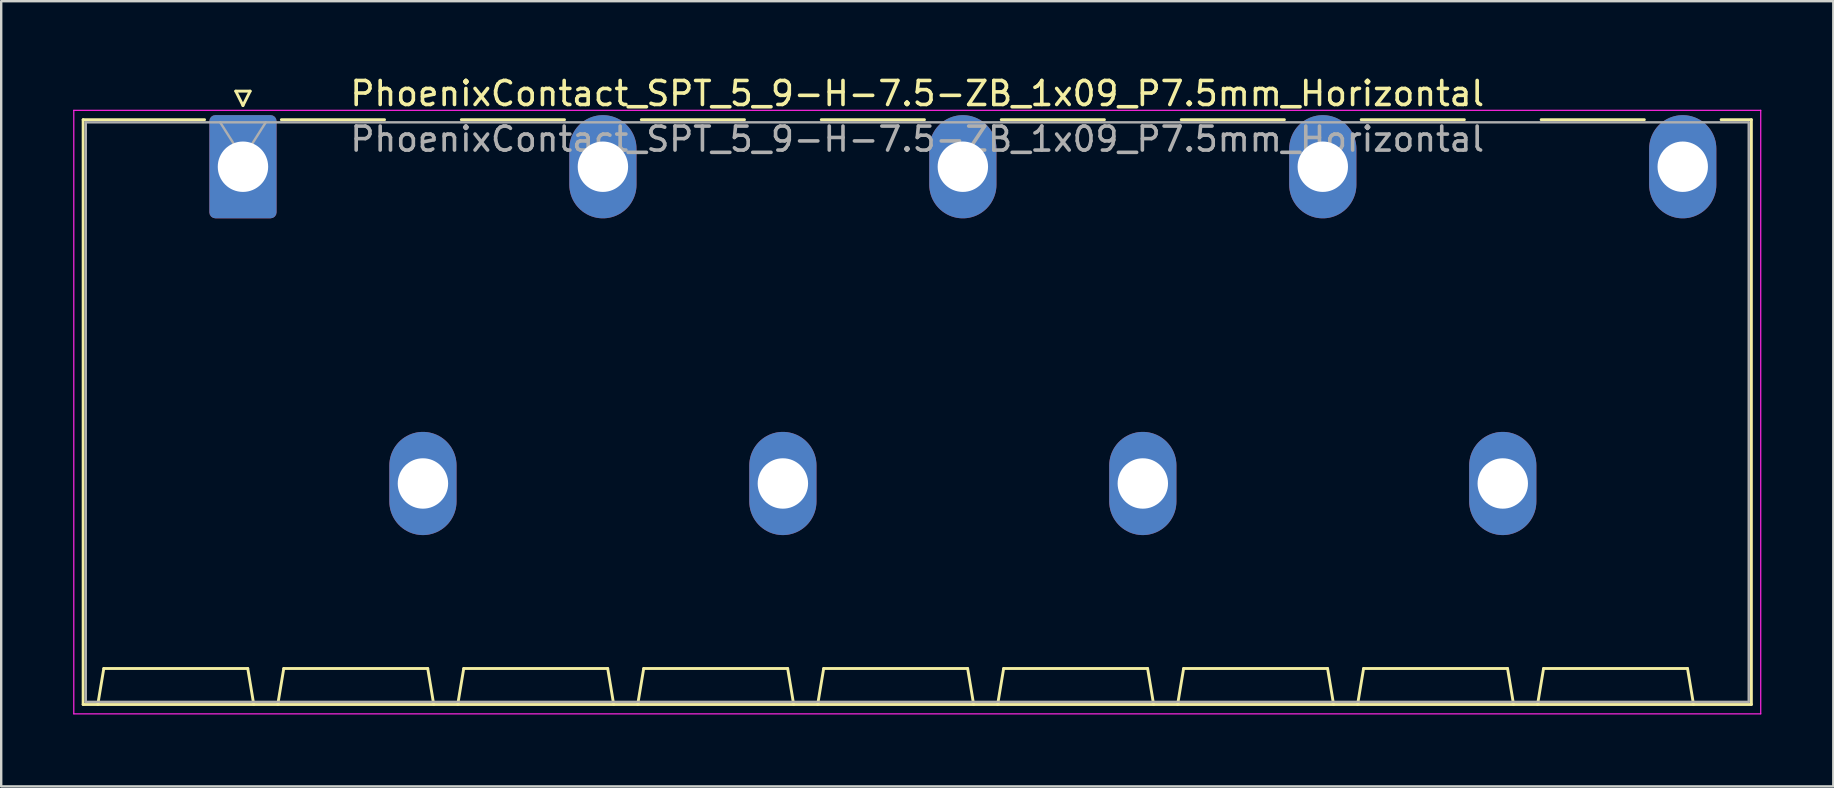
<source format=kicad_pcb>
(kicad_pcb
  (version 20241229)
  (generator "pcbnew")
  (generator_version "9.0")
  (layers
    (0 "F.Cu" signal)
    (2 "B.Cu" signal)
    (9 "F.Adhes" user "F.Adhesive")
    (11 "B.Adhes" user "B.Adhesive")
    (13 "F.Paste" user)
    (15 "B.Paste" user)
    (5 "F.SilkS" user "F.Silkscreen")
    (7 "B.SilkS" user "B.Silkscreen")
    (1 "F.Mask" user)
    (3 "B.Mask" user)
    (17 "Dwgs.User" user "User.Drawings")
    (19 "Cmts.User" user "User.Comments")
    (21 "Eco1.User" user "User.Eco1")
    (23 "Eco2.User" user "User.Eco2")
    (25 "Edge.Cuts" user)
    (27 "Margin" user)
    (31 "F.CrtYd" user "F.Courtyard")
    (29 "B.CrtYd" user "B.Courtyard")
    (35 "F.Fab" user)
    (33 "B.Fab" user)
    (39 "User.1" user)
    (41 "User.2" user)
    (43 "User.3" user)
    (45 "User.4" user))
  (footprint "PhoenixContact_SPT_5_9-H-7.5-ZB_1x09_P7.5mm_Horizontal"
    (layer "F.Cu")
    (at 7.075 3.898)
    (property "Reference" "PhoenixContact_SPT_5_9-H-7.5-ZB_1x09_P7.5mm_Horizontal" (at 28.1 -3.05 0) (layer "F.SilkS") (effects (font (size 1 1) (thickness 0.15))))
    (attr through_hole)
    (fp_line (start -6.66 -1.96) (end -1.6 -1.96) (stroke (width 0.12) (type solid)) (layer "F.SilkS"))
    (fp_line (start -6.66 22.41) (end -6.66 -1.96) (stroke (width 0.12) (type solid)) (layer "F.SilkS"))
    (fp_line (start -6.05 22.41) (end -5.8 20.91) (stroke (width 0.12) (type solid)) (layer "F.SilkS"))
    (fp_line (start -5.8 20.91) (end 0.2 20.91) (stroke (width 0.12) (type solid)) (layer "F.SilkS"))
    (fp_line (start -0.3 -3.15) (end 0 -2.55) (stroke (width 0.12) (type solid)) (layer "F.SilkS"))
    (fp_line (start -0.3 -3.15) (end 0.3 -3.15) (stroke (width 0.12) (type solid)) (layer "F.SilkS"))
    (fp_line (start 0.3 -3.15) (end 0 -2.55) (stroke (width 0.12) (type solid)) (layer "F.SilkS"))
    (fp_line (start 0.45 22.41) (end 0.2 20.91) (stroke (width 0.12) (type solid)) (layer "F.SilkS"))
    (fp_line (start 1.45 22.41) (end 1.7 20.91) (stroke (width 0.12) (type solid)) (layer "F.SilkS"))
    (fp_line (start 1.6 -1.96) (end 5.9 -1.96) (stroke (width 0.12) (type solid)) (layer "F.SilkS"))
    (fp_line (start 1.7 20.91) (end 7.7 20.91) (stroke (width 0.12) (type solid)) (layer "F.SilkS"))
    (fp_line (start 7.95 22.41) (end 7.7 20.91) (stroke (width 0.12) (type solid)) (layer "F.SilkS"))
    (fp_line (start 8.95 22.41) (end 9.2 20.91) (stroke (width 0.12) (type solid)) (layer "F.SilkS"))
    (fp_line (start 9.1 -1.96) (end 13.4 -1.96) (stroke (width 0.12) (type solid)) (layer "F.SilkS"))
    (fp_line (start 9.2 20.91) (end 15.2 20.91) (stroke (width 0.12) (type solid)) (layer "F.SilkS"))
    (fp_line (start 15.45 22.41) (end 15.2 20.91) (stroke (width 0.12) (type solid)) (layer "F.SilkS"))
    (fp_line (start 16.45 22.41) (end 16.7 20.91) (stroke (width 0.12) (type solid)) (layer "F.SilkS"))
    (fp_line (start 16.6 -1.96) (end 20.9 -1.96) (stroke (width 0.12) (type solid)) (layer "F.SilkS"))
    (fp_line (start 16.7 20.91) (end 22.7 20.91) (stroke (width 0.12) (type solid)) (layer "F.SilkS"))
    (fp_line (start 22.95 22.41) (end 22.7 20.91) (stroke (width 0.12) (type solid)) (layer "F.SilkS"))
    (fp_line (start 23.95 22.41) (end 24.2 20.91) (stroke (width 0.12) (type solid)) (layer "F.SilkS"))
    (fp_line (start 24.1 -1.96) (end 28.4 -1.96) (stroke (width 0.12) (type solid)) (layer "F.SilkS"))
    (fp_line (start 24.2 20.91) (end 30.2 20.91) (stroke (width 0.12) (type solid)) (layer "F.SilkS"))
    (fp_line (start 30.45 22.41) (end 30.2 20.91) (stroke (width 0.12) (type solid)) (layer "F.SilkS"))
    (fp_line (start 31.45 22.41) (end 31.7 20.91) (stroke (width 0.12) (type solid)) (layer "F.SilkS"))
    (fp_line (start 31.6 -1.96) (end 35.9 -1.96) (stroke (width 0.12) (type solid)) (layer "F.SilkS"))
    (fp_line (start 31.7 20.91) (end 37.7 20.91) (stroke (width 0.12) (type solid)) (layer "F.SilkS"))
    (fp_line (start 37.95 22.41) (end 37.7 20.91) (stroke (width 0.12) (type solid)) (layer "F.SilkS"))
    (fp_line (start 38.95 22.41) (end 39.2 20.91) (stroke (width 0.12) (type solid)) (layer "F.SilkS"))
    (fp_line (start 39.1 -1.96) (end 43.4 -1.96) (stroke (width 0.12) (type solid)) (layer "F.SilkS"))
    (fp_line (start 39.2 20.91) (end 45.2 20.91) (stroke (width 0.12) (type solid)) (layer "F.SilkS"))
    (fp_line (start 45.45 22.41) (end 45.2 20.91) (stroke (width 0.12) (type solid)) (layer "F.SilkS"))
    (fp_line (start 46.45 22.41) (end 46.7 20.91) (stroke (width 0.12) (type solid)) (layer "F.SilkS"))
    (fp_line (start 46.6 -1.96) (end 50.9 -1.96) (stroke (width 0.12) (type solid)) (layer "F.SilkS"))
    (fp_line (start 46.7 20.91) (end 52.7 20.91) (stroke (width 0.12) (type solid)) (layer "F.SilkS"))
    (fp_line (start 52.95 22.41) (end 52.7 20.91) (stroke (width 0.12) (type solid)) (layer "F.SilkS"))
    (fp_line (start 53.95 22.41) (end 54.2 20.91) (stroke (width 0.12) (type solid)) (layer "F.SilkS"))
    (fp_line (start 54.1 -1.96) (end 58.4 -1.96) (stroke (width 0.12) (type solid)) (layer "F.SilkS"))
    (fp_line (start 54.2 20.91) (end 60.2 20.91) (stroke (width 0.12) (type solid)) (layer "F.SilkS"))
    (fp_line (start 60.45 22.41) (end 60.2 20.91) (stroke (width 0.12) (type solid)) (layer "F.SilkS"))
    (fp_line (start 61.6 -1.96) (end 62.86 -1.96) (stroke (width 0.12) (type solid)) (layer "F.SilkS"))
    (fp_line (start 62.86 -1.96) (end 62.86 22.41) (stroke (width 0.12) (type solid)) (layer "F.SilkS"))
    (fp_line (start 62.86 22.41) (end -6.66 22.41) (stroke (width 0.12) (type solid)) (layer "F.SilkS"))
    (fp_line (start -7.05 -2.35) (end -7.05 22.8) (stroke (width 0.05) (type solid)) (layer "F.CrtYd"))
    (fp_line (start -7.05 22.8) (end 63.25 22.8) (stroke (width 0.05) (type solid)) (layer "F.CrtYd"))
    (fp_line (start 63.25 -2.35) (end -7.05 -2.35) (stroke (width 0.05) (type solid)) (layer "F.CrtYd"))
    (fp_line (start 63.25 22.8) (end 63.25 -2.35) (stroke (width 0.05) (type solid)) (layer "F.CrtYd"))
    (fp_line (start -6.55 -1.85) (end -6.55 22.3) (stroke (width 0.1) (type solid)) (layer "F.Fab"))
    (fp_line (start -6.55 22.3) (end 62.75 22.3) (stroke (width 0.1) (type solid)) (layer "F.Fab"))
    (fp_line (start -0.95 -1.85) (end 0 -0.35) (stroke (width 0.1) (type solid)) (layer "F.Fab"))
    (fp_line (start 0.95 -1.85) (end 0 -0.35) (stroke (width 0.1) (type solid)) (layer "F.Fab"))
    (fp_line (start 62.75 -1.85) (end -6.55 -1.85) (stroke (width 0.1) (type solid)) (layer "F.Fab"))
    (fp_line (start 62.75 22.3) (end 62.75 -1.85) (stroke (width 0.1) (type solid)) (layer "F.Fab"))
    (fp_text user "${REFERENCE}" (at 28.1 -1.15 0) (layer "F.Fab") (effects (font (size 1 1) (thickness 0.15))))
    (pad "1" thru_hole roundrect (at 0 0) (size 2.8 4.3) (drill 2.1) (layers "*.Cu" "*.Mask") (roundrect_rratio 0.089))
    (pad "2" thru_hole oval (at 7.5 13.2) (size 2.8 4.3) (drill 2.1) (layers "*.Cu" "*.Mask"))
    (pad "3" thru_hole oval (at 15 0) (size 2.8 4.3) (drill 2.1) (layers "*.Cu" "*.Mask"))
    (pad "4" thru_hole oval (at 22.5 13.2) (size 2.8 4.3) (drill 2.1) (layers "*.Cu" "*.Mask"))
    (pad "5" thru_hole oval (at 30 0) (size 2.8 4.3) (drill 2.1) (layers "*.Cu" "*.Mask"))
    (pad "6" thru_hole oval (at 37.5 13.2) (size 2.8 4.3) (drill 2.1) (layers "*.Cu" "*.Mask"))
    (pad "7" thru_hole oval (at 45 0) (size 2.8 4.3) (drill 2.1) (layers "*.Cu" "*.Mask"))
    (pad "8" thru_hole oval (at 52.5 13.2) (size 2.8 4.3) (drill 2.1) (layers "*.Cu" "*.Mask"))
    (pad "9" thru_hole oval (at 60 0) (size 2.8 4.3) (drill 2.1) (layers "*.Cu" "*.Mask")))
  (gr_rect
    (start -3 -3)
    (end 73.35 29.723)
    (stroke (width 0.1) (type default))
    (fill no)
    (layer "Edge.Cuts")))
</source>
